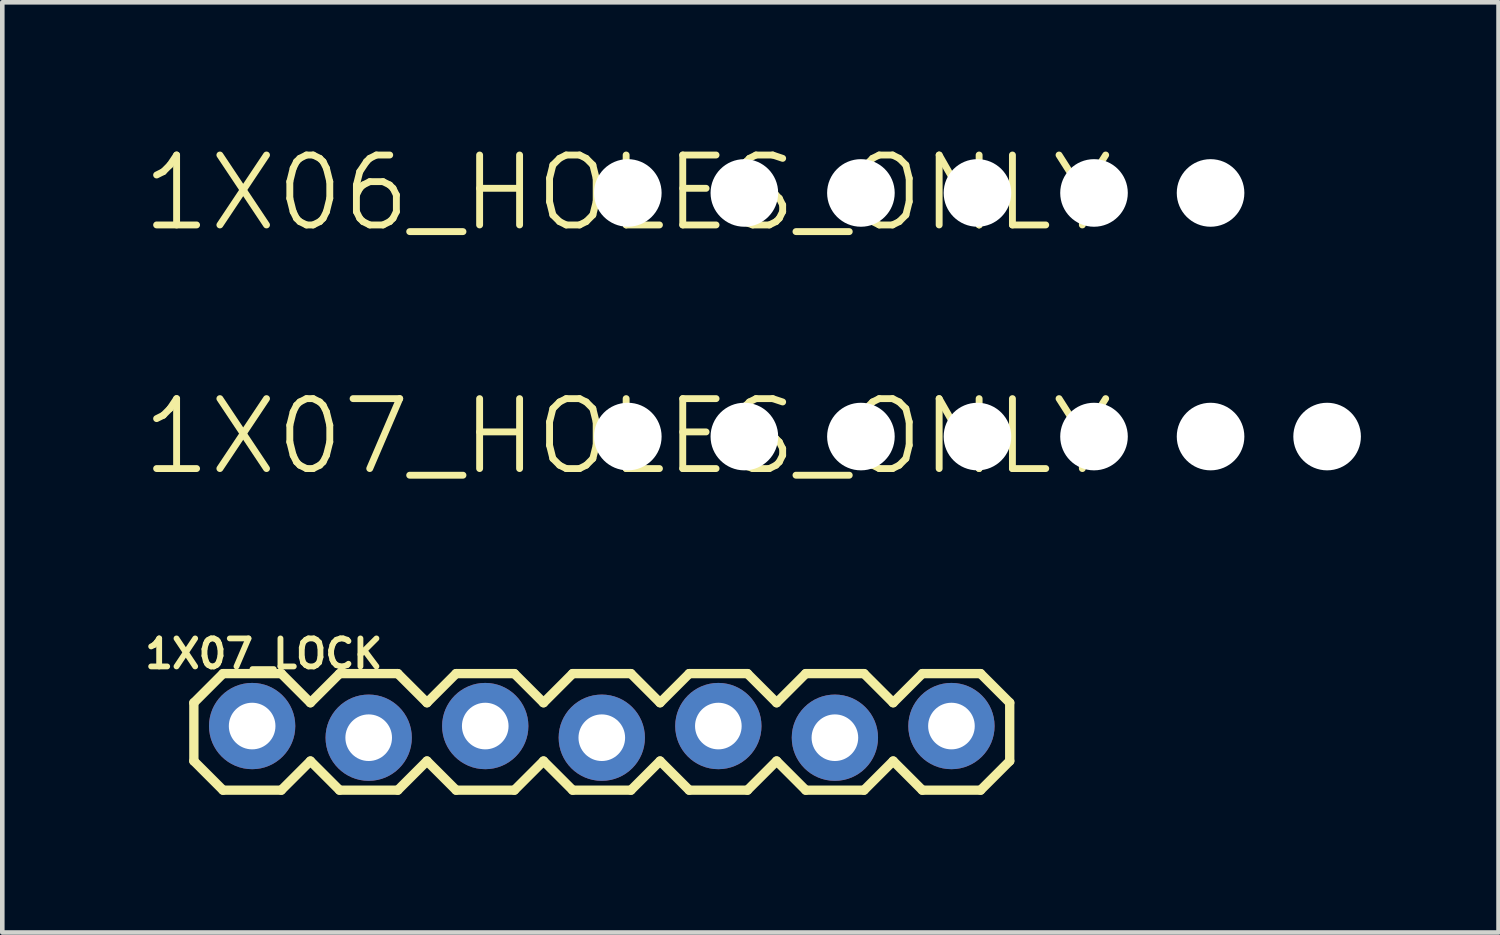
<source format=kicad_pcb>
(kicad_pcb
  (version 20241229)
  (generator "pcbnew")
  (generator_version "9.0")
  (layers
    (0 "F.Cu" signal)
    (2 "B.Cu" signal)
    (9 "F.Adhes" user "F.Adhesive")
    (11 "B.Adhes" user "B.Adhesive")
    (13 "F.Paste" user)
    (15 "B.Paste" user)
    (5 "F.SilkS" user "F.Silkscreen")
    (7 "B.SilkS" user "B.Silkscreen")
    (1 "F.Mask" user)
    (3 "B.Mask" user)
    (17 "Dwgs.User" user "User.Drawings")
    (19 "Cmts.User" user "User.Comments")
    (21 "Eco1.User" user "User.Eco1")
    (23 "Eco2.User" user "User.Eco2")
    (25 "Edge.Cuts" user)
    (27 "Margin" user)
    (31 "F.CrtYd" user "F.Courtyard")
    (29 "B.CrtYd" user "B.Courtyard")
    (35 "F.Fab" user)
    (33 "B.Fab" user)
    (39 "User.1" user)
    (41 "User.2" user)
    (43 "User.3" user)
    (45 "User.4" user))
  (footprint "1X07_HOLES_ONLY"
    (layer "F.Cu")
    (at 10.632 6.464)
    (property "Reference" "1X07_HOLES_ONLY" (at 0 0 0) (layer "F.SilkS") (effects (font (size 1.524 1.524) (thickness 0.15))))
    (attr exclude_from_pos_files exclude_from_bom)
    (fp_circle (center 0 0) (end 0 -0.635) (stroke (width 0.127) (type solid)) (fill no) (layer "Dwgs.User"))
    (fp_circle (center 2.54 0) (end 2.54 -0.635) (stroke (width 0.127) (type solid)) (fill no) (layer "Dwgs.User"))
    (fp_circle (center 5.08 0) (end 5.08 -0.635) (stroke (width 0.127) (type solid)) (fill no) (layer "Dwgs.User"))
    (fp_circle (center 7.62 0) (end 7.62 -0.635) (stroke (width 0.127) (type solid)) (fill no) (layer "Dwgs.User"))
    (fp_circle (center 10.16 0) (end 10.16 -0.635) (stroke (width 0.127) (type solid)) (fill no) (layer "Dwgs.User"))
    (fp_circle (center 12.7 0) (end 12.7 -0.635) (stroke (width 0.127) (type solid)) (fill no) (layer "Dwgs.User"))
    (fp_circle (center 15.24 0) (end 15.24 -0.635) (stroke (width 0.127) (type solid)) (fill no) (layer "Dwgs.User"))
    (pad "" np_thru_hole circle (at 0 0) (size 1.473 1.473) (drill 1.473) (layers "*.Cu" "*.Mask"))
    (pad "" np_thru_hole circle (at 2.54 0) (size 1.473 1.473) (drill 1.473) (layers "*.Cu" "*.Mask"))
    (pad "" np_thru_hole circle (at 5.08 0) (size 1.473 1.473) (drill 1.473) (layers "*.Cu" "*.Mask"))
    (pad "" np_thru_hole circle (at 7.62 0) (size 1.473 1.473) (drill 1.473) (layers "*.Cu" "*.Mask"))
    (pad "" np_thru_hole circle (at 10.16 0) (size 1.473 1.473) (drill 1.473) (layers "*.Cu" "*.Mask"))
    (pad "" np_thru_hole circle (at 12.7 0) (size 1.473 1.473) (drill 1.473) (layers "*.Cu" "*.Mask"))
    (pad "" np_thru_hole circle (at 15.24 0) (size 1.473 1.473) (drill 1.473) (layers "*.Cu" "*.Mask"))
    (pad "1" thru_hole circle (at 0 0) (size 0.813 0.813) (drill 0.889) (layers "*.Cu" "*.Paste" "*.Mask"))
    (pad "2" thru_hole circle (at 2.54 0) (size 0.813 0.813) (drill 0.889) (layers "*.Cu" "*.Paste" "*.Mask"))
    (pad "3" thru_hole circle (at 5.08 0) (size 0.813 0.813) (drill 0.889) (layers "*.Cu" "*.Paste" "*.Mask"))
    (pad "4" thru_hole circle (at 7.62 0) (size 0.813 0.813) (drill 0.889) (layers "*.Cu" "*.Paste" "*.Mask"))
    (pad "5" thru_hole circle (at 10.16 0) (size 0.813 0.813) (drill 0.889) (layers "*.Cu" "*.Paste" "*.Mask"))
    (pad "6" thru_hole circle (at 12.7 0) (size 0.813 0.813) (drill 0.889) (layers "*.Cu" "*.Paste" "*.Mask"))
    (pad "7" thru_hole circle (at 15.24 0) (size 0.813 0.813) (drill 0.889) (layers "*.Cu" "*.Paste" "*.Mask")))
  (footprint "1X06_HOLES_ONLY"
    (layer "F.Cu")
    (at 10.632 1.155)
    (property "Reference" "1X06_HOLES_ONLY" (at 0 0 0) (layer "F.SilkS") (effects (font (size 1.524 1.524) (thickness 0.15))))
    (attr exclude_from_pos_files exclude_from_bom)
    (fp_circle (center 0 0) (end 0 -0.635) (stroke (width 0.127) (type solid)) (fill no) (layer "Dwgs.User"))
    (fp_circle (center 2.54 0) (end 2.54 -0.635) (stroke (width 0.127) (type solid)) (fill no) (layer "Dwgs.User"))
    (fp_circle (center 5.08 0) (end 5.08 -0.635) (stroke (width 0.127) (type solid)) (fill no) (layer "Dwgs.User"))
    (fp_circle (center 7.62 0) (end 7.62 -0.635) (stroke (width 0.127) (type solid)) (fill no) (layer "Dwgs.User"))
    (fp_circle (center 10.16 0) (end 10.16 -0.635) (stroke (width 0.127) (type solid)) (fill no) (layer "Dwgs.User"))
    (fp_circle (center 12.7 0) (end 12.7 -0.635) (stroke (width 0.127) (type solid)) (fill no) (layer "Dwgs.User"))
    (pad "" np_thru_hole circle (at 0 0) (size 1.473 1.473) (drill 1.473) (layers "*.Cu" "*.Mask"))
    (pad "" np_thru_hole circle (at 2.54 0) (size 1.473 1.473) (drill 1.473) (layers "*.Cu" "*.Mask"))
    (pad "" np_thru_hole circle (at 5.08 0) (size 1.473 1.473) (drill 1.473) (layers "*.Cu" "*.Mask"))
    (pad "" np_thru_hole circle (at 7.62 0) (size 1.473 1.473) (drill 1.473) (layers "*.Cu" "*.Mask"))
    (pad "" np_thru_hole circle (at 10.16 0) (size 1.473 1.473) (drill 1.473) (layers "*.Cu" "*.Mask"))
    (pad "" np_thru_hole circle (at 12.7 0) (size 1.473 1.473) (drill 1.473) (layers "*.Cu" "*.Mask"))
    (pad "1" thru_hole circle (at 0 0) (size 0.813 0.813) (drill 0.889) (layers "*.Cu" "*.Paste" "*.Mask"))
    (pad "2" thru_hole circle (at 2.54 0) (size 0.813 0.813) (drill 0.889) (layers "*.Cu" "*.Paste" "*.Mask"))
    (pad "3" thru_hole circle (at 5.08 0) (size 0.813 0.813) (drill 0.889) (layers "*.Cu" "*.Paste" "*.Mask"))
    (pad "4" thru_hole circle (at 7.62 0) (size 0.813 0.813) (drill 0.889) (layers "*.Cu" "*.Paste" "*.Mask"))
    (pad "5" thru_hole circle (at 10.16 0) (size 0.813 0.813) (drill 0.889) (layers "*.Cu" "*.Paste" "*.Mask"))
    (pad "6" thru_hole circle (at 12.7 0) (size 0.813 0.813) (drill 0.889) (layers "*.Cu" "*.Paste" "*.Mask")))
  (footprint "1X07_LOCK"
    (layer "F.Cu")
    (at 2.445 12.9)
    (property "Reference" "1X07_LOCK" (at 0.254 -1.702 0) (layer "F.SilkS") (effects (font (size 0.61 0.61) (thickness 0.127))))
    (attr exclude_from_pos_files exclude_from_bom)
    (fp_line (start -1.27 -0.635) (end -1.27 0.635) (stroke (width 0.203) (type solid)) (layer "F.SilkS"))
    (fp_line (start -1.27 0.635) (end -0.635 1.27) (stroke (width 0.203) (type solid)) (layer "F.SilkS"))
    (fp_line (start -0.635 -1.27) (end -1.27 -0.635) (stroke (width 0.203) (type solid)) (layer "F.SilkS"))
    (fp_line (start -0.635 -1.27) (end 0.635 -1.27) (stroke (width 0.203) (type solid)) (layer "F.SilkS"))
    (fp_line (start 0.635 -1.27) (end 1.27 -0.635) (stroke (width 0.203) (type solid)) (layer "F.SilkS"))
    (fp_line (start 0.635 1.27) (end -0.635 1.27) (stroke (width 0.203) (type solid)) (layer "F.SilkS"))
    (fp_line (start 1.27 -0.635) (end 1.905 -1.27) (stroke (width 0.203) (type solid)) (layer "F.SilkS"))
    (fp_line (start 1.27 0.635) (end 0.635 1.27) (stroke (width 0.203) (type solid)) (layer "F.SilkS"))
    (fp_line (start 1.905 -1.27) (end 3.175 -1.27) (stroke (width 0.203) (type solid)) (layer "F.SilkS"))
    (fp_line (start 1.905 1.27) (end 1.27 0.635) (stroke (width 0.203) (type solid)) (layer "F.SilkS"))
    (fp_line (start 3.175 -1.27) (end 3.81 -0.635) (stroke (width 0.203) (type solid)) (layer "F.SilkS"))
    (fp_line (start 3.175 1.27) (end 1.905 1.27) (stroke (width 0.203) (type solid)) (layer "F.SilkS"))
    (fp_line (start 3.81 -0.635) (end 4.445 -1.27) (stroke (width 0.203) (type solid)) (layer "F.SilkS"))
    (fp_line (start 3.81 0.635) (end 3.175 1.27) (stroke (width 0.203) (type solid)) (layer "F.SilkS"))
    (fp_line (start 4.445 -1.27) (end 5.715 -1.27) (stroke (width 0.203) (type solid)) (layer "F.SilkS"))
    (fp_line (start 4.445 1.27) (end 3.81 0.635) (stroke (width 0.203) (type solid)) (layer "F.SilkS"))
    (fp_line (start 5.715 -1.27) (end 6.35 -0.635) (stroke (width 0.203) (type solid)) (layer "F.SilkS"))
    (fp_line (start 5.715 1.27) (end 4.445 1.27) (stroke (width 0.203) (type solid)) (layer "F.SilkS"))
    (fp_line (start 6.35 0.635) (end 5.715 1.27) (stroke (width 0.203) (type solid)) (layer "F.SilkS"))
    (fp_line (start 6.35 0.635) (end 6.985 1.27) (stroke (width 0.203) (type solid)) (layer "F.SilkS"))
    (fp_line (start 6.985 -1.27) (end 6.35 -0.635) (stroke (width 0.203) (type solid)) (layer "F.SilkS"))
    (fp_line (start 6.985 -1.27) (end 8.255 -1.27) (stroke (width 0.203) (type solid)) (layer "F.SilkS"))
    (fp_line (start 8.255 -1.27) (end 8.89 -0.635) (stroke (width 0.203) (type solid)) (layer "F.SilkS"))
    (fp_line (start 8.255 1.27) (end 6.985 1.27) (stroke (width 0.203) (type solid)) (layer "F.SilkS"))
    (fp_line (start 8.89 -0.635) (end 9.525 -1.27) (stroke (width 0.203) (type solid)) (layer "F.SilkS"))
    (fp_line (start 8.89 0.635) (end 8.255 1.27) (stroke (width 0.203) (type solid)) (layer "F.SilkS"))
    (fp_line (start 9.525 -1.27) (end 10.795 -1.27) (stroke (width 0.203) (type solid)) (layer "F.SilkS"))
    (fp_line (start 9.525 1.27) (end 8.89 0.635) (stroke (width 0.203) (type solid)) (layer "F.SilkS"))
    (fp_line (start 10.795 -1.27) (end 11.43 -0.635) (stroke (width 0.203) (type solid)) (layer "F.SilkS"))
    (fp_line (start 10.795 1.27) (end 9.525 1.27) (stroke (width 0.203) (type solid)) (layer "F.SilkS"))
    (fp_line (start 11.43 -0.635) (end 12.065 -1.27) (stroke (width 0.203) (type solid)) (layer "F.SilkS"))
    (fp_line (start 11.43 0.635) (end 10.795 1.27) (stroke (width 0.203) (type solid)) (layer "F.SilkS"))
    (fp_line (start 12.065 -1.27) (end 13.335 -1.27) (stroke (width 0.203) (type solid)) (layer "F.SilkS"))
    (fp_line (start 12.065 1.27) (end 11.43 0.635) (stroke (width 0.203) (type solid)) (layer "F.SilkS"))
    (fp_line (start 13.335 -1.27) (end 13.97 -0.635) (stroke (width 0.203) (type solid)) (layer "F.SilkS"))
    (fp_line (start 13.335 1.27) (end 12.065 1.27) (stroke (width 0.203) (type solid)) (layer "F.SilkS"))
    (fp_line (start 13.97 0.635) (end 13.335 1.27) (stroke (width 0.203) (type solid)) (layer "F.SilkS"))
    (fp_line (start 13.97 0.635) (end 14.605 1.27) (stroke (width 0.203) (type solid)) (layer "F.SilkS"))
    (fp_line (start 14.605 -1.27) (end 13.97 -0.635) (stroke (width 0.203) (type solid)) (layer "F.SilkS"))
    (fp_line (start 14.605 -1.27) (end 15.875 -1.27) (stroke (width 0.203) (type solid)) (layer "F.SilkS"))
    (fp_line (start 15.875 -1.27) (end 16.51 -0.635) (stroke (width 0.203) (type solid)) (layer "F.SilkS"))
    (fp_line (start 15.875 1.27) (end 14.605 1.27) (stroke (width 0.203) (type solid)) (layer "F.SilkS"))
    (fp_line (start 16.51 -0.635) (end 16.51 0.635) (stroke (width 0.203) (type solid)) (layer "F.SilkS"))
    (fp_line (start 16.51 0.635) (end 15.875 1.27) (stroke (width 0.203) (type solid)) (layer "F.SilkS"))
    (fp_line (start -0.254 -0.254) (end 0.254 -0.254) (stroke (width 0.066) (type solid)) (layer "Dwgs.User"))
    (fp_line (start -0.254 0.254) (end -0.254 -0.254) (stroke (width 0.066) (type solid)) (layer "Dwgs.User"))
    (fp_line (start -0.254 0.254) (end 0.254 0.254) (stroke (width 0.066) (type solid)) (layer "Dwgs.User"))
    (fp_line (start 0.254 0.254) (end 0.254 -0.254) (stroke (width 0.066) (type solid)) (layer "Dwgs.User"))
    (fp_line (start 2.286 -0.254) (end 2.794 -0.254) (stroke (width 0.066) (type solid)) (layer "Dwgs.User"))
    (fp_line (start 2.286 0.254) (end 2.286 -0.254) (stroke (width 0.066) (type solid)) (layer "Dwgs.User"))
    (fp_line (start 2.286 0.254) (end 2.794 0.254) (stroke (width 0.066) (type solid)) (layer "Dwgs.User"))
    (fp_line (start 2.794 0.254) (end 2.794 -0.254) (stroke (width 0.066) (type solid)) (layer "Dwgs.User"))
    (fp_line (start 4.826 -0.254) (end 5.334 -0.254) (stroke (width 0.066) (type solid)) (layer "Dwgs.User"))
    (fp_line (start 4.826 0.254) (end 4.826 -0.254) (stroke (width 0.066) (type solid)) (layer "Dwgs.User"))
    (fp_line (start 4.826 0.254) (end 5.334 0.254) (stroke (width 0.066) (type solid)) (layer "Dwgs.User"))
    (fp_line (start 5.334 0.254) (end 5.334 -0.254) (stroke (width 0.066) (type solid)) (layer "Dwgs.User"))
    (fp_line (start 7.366 -0.254) (end 7.874 -0.254) (stroke (width 0.066) (type solid)) (layer "Dwgs.User"))
    (fp_line (start 7.366 0.254) (end 7.366 -0.254) (stroke (width 0.066) (type solid)) (layer "Dwgs.User"))
    (fp_line (start 7.366 0.254) (end 7.874 0.254) (stroke (width 0.066) (type solid)) (layer "Dwgs.User"))
    (fp_line (start 7.874 0.254) (end 7.874 -0.254) (stroke (width 0.066) (type solid)) (layer "Dwgs.User"))
    (fp_line (start 9.906 -0.254) (end 10.414 -0.254) (stroke (width 0.066) (type solid)) (layer "Dwgs.User"))
    (fp_line (start 9.906 0.254) (end 9.906 -0.254) (stroke (width 0.066) (type solid)) (layer "Dwgs.User"))
    (fp_line (start 9.906 0.254) (end 10.414 0.254) (stroke (width 0.066) (type solid)) (layer "Dwgs.User"))
    (fp_line (start 10.414 0.254) (end 10.414 -0.254) (stroke (width 0.066) (type solid)) (layer "Dwgs.User"))
    (fp_line (start 12.446 -0.254) (end 12.954 -0.254) (stroke (width 0.066) (type solid)) (layer "Dwgs.User"))
    (fp_line (start 12.446 0.254) (end 12.446 -0.254) (stroke (width 0.066) (type solid)) (layer "Dwgs.User"))
    (fp_line (start 12.446 0.254) (end 12.954 0.254) (stroke (width 0.066) (type solid)) (layer "Dwgs.User"))
    (fp_line (start 12.954 0.254) (end 12.954 -0.254) (stroke (width 0.066) (type solid)) (layer "Dwgs.User"))
    (fp_line (start 14.986 -0.254) (end 15.494 -0.254) (stroke (width 0.066) (type solid)) (layer "Dwgs.User"))
    (fp_line (start 14.986 0.254) (end 14.986 -0.254) (stroke (width 0.066) (type solid)) (layer "Dwgs.User"))
    (fp_line (start 14.986 0.254) (end 15.494 0.254) (stroke (width 0.066) (type solid)) (layer "Dwgs.User"))
    (fp_line (start 15.494 0.254) (end 15.494 -0.254) (stroke (width 0.066) (type solid)) (layer "Dwgs.User"))
    (pad "1" thru_hole circle (at 0 -0.127) (size 1.88 1.88) (drill 1.016) (layers "*.Cu" "*.Paste" "*.Mask"))
    (pad "2" thru_hole circle (at 2.54 0.127) (size 1.88 1.88) (drill 1.016) (layers "*.Cu" "*.Paste" "*.Mask"))
    (pad "3" thru_hole circle (at 5.08 -0.127) (size 1.88 1.88) (drill 1.016) (layers "*.Cu" "*.Paste" "*.Mask"))
    (pad "4" thru_hole circle (at 7.62 0.127) (size 1.88 1.88) (drill 1.016) (layers "*.Cu" "*.Paste" "*.Mask"))
    (pad "5" thru_hole circle (at 10.16 -0.127) (size 1.88 1.88) (drill 1.016) (layers "*.Cu" "*.Paste" "*.Mask"))
    (pad "6" thru_hole circle (at 12.7 0.127) (size 1.88 1.88) (drill 1.016) (layers "*.Cu" "*.Paste" "*.Mask"))
    (pad "7" thru_hole circle (at 15.24 -0.127) (size 1.88 1.88) (drill 1.016) (layers "*.Cu" "*.Paste" "*.Mask")))
  (gr_rect
    (start -3 -3)
    (end 29.608 17.272)
    (stroke (width 0.1) (type default))
    (fill no)
    (layer "Edge.Cuts")))
</source>
